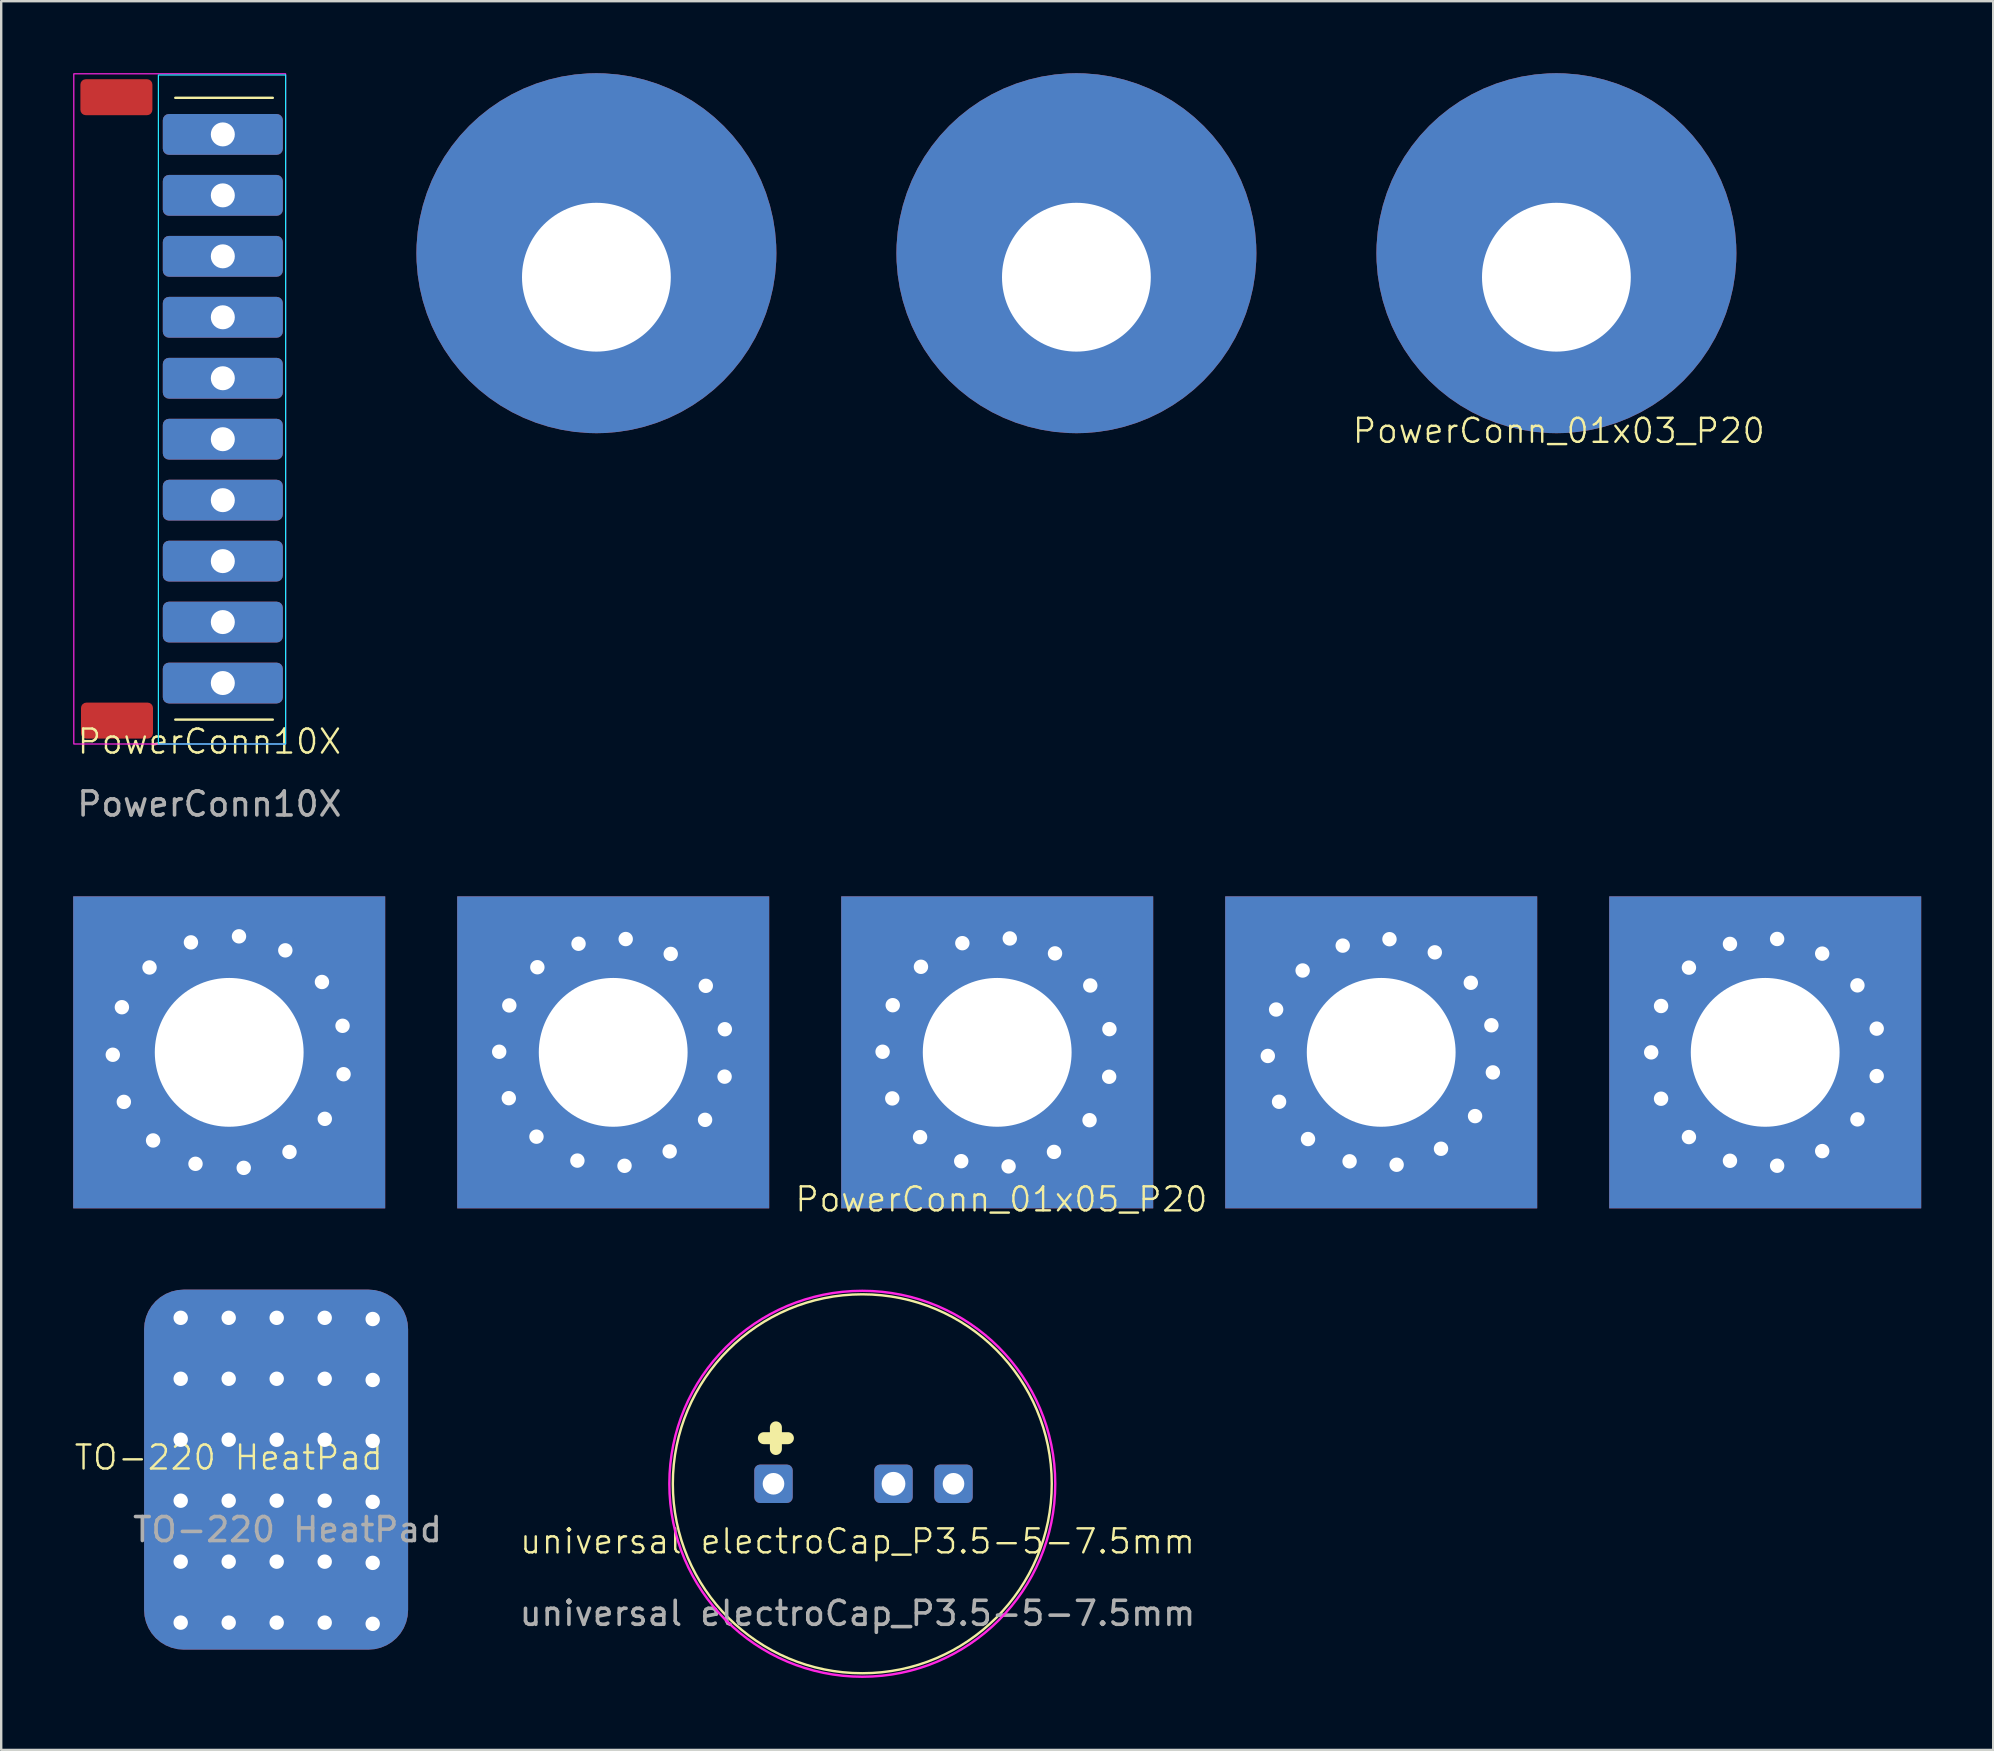
<source format=kicad_pcb>
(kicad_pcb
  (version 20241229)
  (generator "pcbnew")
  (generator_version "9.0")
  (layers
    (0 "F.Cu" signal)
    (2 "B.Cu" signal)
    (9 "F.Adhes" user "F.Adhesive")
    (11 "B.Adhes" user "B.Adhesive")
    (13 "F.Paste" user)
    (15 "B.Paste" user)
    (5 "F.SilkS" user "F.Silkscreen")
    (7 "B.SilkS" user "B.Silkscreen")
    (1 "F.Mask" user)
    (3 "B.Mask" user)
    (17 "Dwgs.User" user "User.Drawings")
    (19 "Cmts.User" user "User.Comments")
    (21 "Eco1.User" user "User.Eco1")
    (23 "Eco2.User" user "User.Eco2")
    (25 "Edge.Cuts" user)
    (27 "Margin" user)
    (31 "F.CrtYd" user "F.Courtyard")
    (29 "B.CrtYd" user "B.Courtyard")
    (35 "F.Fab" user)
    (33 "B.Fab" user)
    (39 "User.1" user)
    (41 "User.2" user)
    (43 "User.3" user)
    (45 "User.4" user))
  (footprint "TO-220 HeatPad"
    (layer "F.Cu")
    (at 8.454 58.184)
    (property "Reference" "TO-220 HeatPad" (at -1.975 -0.505 0) (unlocked yes) (layer "F.SilkS") (effects (font (size 1 1) (thickness 0.1))))
    (attr smd)
    (fp_text user "${REFERENCE}" (at 0.475 2.5 0) (unlocked yes) (layer "F.Fab") (effects (font (size 1 1) (thickness 0.15))))
    (pad "1" thru_hole circle (at -3.975 -6.325) (size 1.2 1.2) (drill 0.6) (layers "*.Cu" "*.Mask"))
    (pad "1" thru_hole circle (at -3.975 -3.785) (size 1.2 1.2) (drill 0.6) (layers "*.Cu" "*.Mask"))
    (pad "1" thru_hole circle (at -3.975 -1.245) (size 1.2 1.2) (drill 0.6) (layers "*.Cu" "*.Mask"))
    (pad "1" thru_hole circle (at -3.975 1.295) (size 1.2 1.2) (drill 0.6) (layers "*.Cu" "*.Mask"))
    (pad "1" thru_hole circle (at -3.975 3.835) (size 1.2 1.2) (drill 0.6) (layers "*.Cu" "*.Mask"))
    (pad "1" thru_hole circle (at -3.975 6.375) (size 1.2 1.2) (drill 0.6) (layers "*.Cu" "*.Mask"))
    (pad "1" thru_hole circle (at -1.975 -6.325) (size 1.2 1.2) (drill 0.6) (layers "*.Cu" "*.Mask"))
    (pad "1" thru_hole circle (at -1.975 -3.785) (size 1.2 1.2) (drill 0.6) (layers "*.Cu" "*.Mask"))
    (pad "1" thru_hole circle (at -1.975 -1.245) (size 1.2 1.2) (drill 0.6) (layers "*.Cu" "*.Mask"))
    (pad "1" thru_hole circle (at -1.975 1.295) (size 1.2 1.2) (drill 0.6) (layers "*.Cu" "*.Mask"))
    (pad "1" thru_hole circle (at -1.975 3.835) (size 1.2 1.2) (drill 0.6) (layers "*.Cu" "*.Mask"))
    (pad "1" thru_hole circle (at -1.975 6.375) (size 1.2 1.2) (drill 0.6) (layers "*.Cu" "*.Mask"))
    (pad "1" smd roundrect (at 0 0) (size 11 15) (layers "F.Cu" "F.Mask" "F.Paste") (roundrect_rratio 0.15))
    (pad "1" smd roundrect (at 0 0) (size 11 15) (layers "B.Cu" "B.Mask" "B.Paste") (roundrect_rratio 0.15))
    (pad "1" thru_hole circle (at 0.025 -6.325) (size 1.2 1.2) (drill 0.6) (layers "*.Cu" "*.Mask"))
    (pad "1" thru_hole circle (at 0.025 -3.785) (size 1.2 1.2) (drill 0.6) (layers "*.Cu" "*.Mask"))
    (pad "1" thru_hole circle (at 0.025 -1.245) (size 1.2 1.2) (drill 0.6) (layers "*.Cu" "*.Mask"))
    (pad "1" thru_hole circle (at 0.025 1.295) (size 1.2 1.2) (drill 0.6) (layers "*.Cu" "*.Mask"))
    (pad "1" thru_hole circle (at 0.025 3.835) (size 1.2 1.2) (drill 0.6) (layers "*.Cu" "*.Mask"))
    (pad "1" thru_hole circle (at 0.025 6.375) (size 1.2 1.2) (drill 0.6) (layers "*.Cu" "*.Mask"))
    (pad "1" thru_hole circle (at 2.025 -6.325) (size 1.2 1.2) (drill 0.6) (layers "*.Cu" "*.Mask"))
    (pad "1" thru_hole circle (at 2.025 -3.785) (size 1.2 1.2) (drill 0.6) (layers "*.Cu" "*.Mask"))
    (pad "1" thru_hole circle (at 2.025 -1.245) (size 1.2 1.2) (drill 0.6) (layers "*.Cu" "*.Mask"))
    (pad "1" thru_hole circle (at 2.025 1.295) (size 1.2 1.2) (drill 0.6) (layers "*.Cu" "*.Mask"))
    (pad "1" thru_hole circle (at 2.025 3.835) (size 1.2 1.2) (drill 0.6) (layers "*.Cu" "*.Mask"))
    (pad "1" thru_hole circle (at 2.025 6.375) (size 1.2 1.2) (drill 0.6) (layers "*.Cu" "*.Mask"))
    (pad "1" thru_hole circle (at 4.025 -6.275) (size 1.2 1.2) (drill 0.6) (layers "*.Cu" "*.Mask"))
    (pad "1" thru_hole circle (at 4.025 -3.735) (size 1.2 1.2) (drill 0.6) (layers "*.Cu" "*.Mask"))
    (pad "1" thru_hole circle (at 4.025 -1.195) (size 1.2 1.2) (drill 0.6) (layers "*.Cu" "*.Mask"))
    (pad "1" thru_hole circle (at 4.025 1.345) (size 1.2 1.2) (drill 0.6) (layers "*.Cu" "*.Mask"))
    (pad "1" thru_hole circle (at 4.025 3.885) (size 1.2 1.2) (drill 0.6) (layers "*.Cu" "*.Mask"))
    (pad "1" thru_hole circle (at 4.025 6.425) (size 1.2 1.2) (drill 0.6) (layers "*.Cu" "*.Mask")))
  (footprint "PowerConn10X"
    (layer "F.Cu")
    (at 5.675 27.95)
    (property "Reference" "PowerConn10X" (at 0 -0.102 0) (unlocked yes) (layer "F.SilkS") (effects (font (size 1 1) (thickness 0.1))))
    (attr smd)
    (fp_line (start -1.422 -26.924) (end 2.642 -26.924) (stroke (width 0.1) (type default)) (layer "F.SilkS"))
    (fp_line (start -1.422 -1.016) (end 2.642 -1.016) (stroke (width 0.1) (type default)) (layer "F.SilkS"))
    (fp_rect (start -2.125 -27.875) (end 3.175 0) (stroke (width 0.05) (type default)) (fill no) (layer "B.CrtYd"))
    (fp_rect (start -5.65 -27.925) (end 3.175 0) (stroke (width 0.05) (type default)) (fill no) (layer "F.CrtYd"))
    (fp_text user "${REFERENCE}" (at 0 2.5 0) (unlocked yes) (layer "F.Fab") (effects (font (size 1 1) (thickness 0.15))))
    (pad "" smd roundrect (at -3.875 -27.95) (size 3 1.5) (drill (offset 0 1)) (layers "F.Cu" "F.Mask" "F.Paste") (roundrect_rratio 0.15))
    (pad "" smd roundrect (at -3.85 -1.975) (size 3 1.5) (drill (offset 0 1)) (layers "F.Cu" "F.Mask" "F.Paste") (roundrect_rratio 0.15))
    (pad "1" thru_hole roundrect (at 0.559 -25.4) (size 5 1.7) (drill 1) (layers "*.Cu" "*.Mask") (roundrect_rratio 0.15))
    (pad "2" thru_hole roundrect (at 0.559 -22.86) (size 5 1.7) (drill 1) (layers "*.Cu" "*.Mask") (roundrect_rratio 0.15))
    (pad "3" thru_hole roundrect (at 0.559 -20.32) (size 5 1.7) (drill 1) (layers "*.Cu" "*.Mask") (roundrect_rratio 0.15))
    (pad "4" thru_hole roundrect (at 0.559 -17.78) (size 5 1.7) (drill 1) (layers "*.Cu" "*.Mask") (roundrect_rratio 0.15))
    (pad "5" thru_hole roundrect (at 0.559 -15.24) (size 5 1.7) (drill 1) (layers "*.Cu" "*.Mask") (roundrect_rratio 0.15))
    (pad "6" thru_hole roundrect (at 0.559 -12.7) (size 5 1.7) (drill 1) (layers "*.Cu" "*.Mask") (roundrect_rratio 0.15))
    (pad "7" thru_hole roundrect (at 0.559 -10.16) (size 5 1.7) (drill 1) (layers "*.Cu" "*.Mask") (roundrect_rratio 0.15))
    (pad "8" thru_hole roundrect (at 0.559 -7.62) (size 5 1.7) (drill 1) (layers "*.Cu" "*.Mask") (roundrect_rratio 0.15))
    (pad "9" thru_hole roundrect (at 0.559 -5.08) (size 5 1.7) (drill 1) (layers "*.Cu" "*.Mask") (roundrect_rratio 0.15))
    (pad "10" thru_hole roundrect (at 0.559 -2.54) (size 5 1.7) (drill 1) (layers "*.Cu" "*.Mask") (roundrect_rratio 0.15)))
  (footprint "PowerConn_01x03_P20"
    (layer "F.Cu")
    (at 41.85 15.05)
    (property "Reference" "PowerConn_01x03_P20" (at 20.05 -0.15 0) (unlocked yes) (layer "F.SilkS") (effects (font (size 1 1) (thickness 0.1))))
    (attr smd)
    (pad "1" thru_hole roundrect (at -20.05 -6.55) (size 15 15) (drill 6.2 (offset 0 -1)) (layers "*.Cu" "*.Mask") (roundrect_rratio 0.5))
    (pad "2" thru_hole roundrect (at -0.05 -6.55) (size 15 15) (drill 6.2 (offset 0 -1)) (layers "*.Cu" "*.Mask") (roundrect_rratio 0.5))
    (pad "3" thru_hole roundrect (at 19.95 -6.55) (size 15 15) (drill 6.2 (offset 0 -1)) (layers "*.Cu" "*.Mask") (roundrect_rratio 0.5)))
  (footprint "universal electroCap_P3.5-5-7.5mm"
    (layer "F.Cu")
    (at 32.679 61.674)
    (property "Reference" "universal electroCap_P3.5-5-7.5mm" (at 0 -0.5 0) (unlocked yes) (layer "F.SilkS") (effects (font (size 1 1) (thickness 0.1))))
    (attr smd)
    (fp_line (start -3.9 -4.8) (end -2.9 -4.8) (stroke (width 0.5) (type solid)) (layer "F.SilkS"))
    (fp_line (start -3.4 -5.25) (end -3.4 -4.35) (stroke (width 0.5) (type solid)) (layer "F.SilkS"))
    (fp_circle (center 0.2 -2.9) (end 6.226 2.2) (stroke (width 0.1) (type default)) (fill no) (layer "F.SilkS"))
    (fp_circle (center 0.2 -2.9) (end 8.2 -2.1) (stroke (width 0.1) (type solid)) (fill no) (layer "F.CrtYd"))
    (fp_text user "${REFERENCE}" (at 0 2.5 0) (unlocked yes) (layer "F.Fab") (effects (font (size 1 1) (thickness 0.15))))
    (pad "1" thru_hole roundrect (at -3.5 -2.9) (size 1.6 1.6) (drill 0.9) (layers "*.Cu" "*.Mask") (roundrect_rratio 0.15))
    (pad "2" thru_hole roundrect (at 1.5 -2.9) (size 1.6 1.6) (drill 0.99) (layers "*.Cu" "*.Mask") (roundrect_rratio 0.15))
    (pad "2" thru_hole roundrect (at 4 -2.9) (size 1.6 1.6) (drill 0.9) (layers "*.Cu" "*.Mask") (roundrect_rratio 0.15)))
  (footprint "PowerConn_01x05_P20"
    (layer "F.Cu")
    (at 38.675 47.423)
    (property "Reference" "PowerConn_01x05_P20" (at 0 -0.5 0) (unlocked yes) (layer "F.SilkS") (effects (font (size 1 1) (thickness 0.1))))
    (attr smd)
    (pad "1" thru_hole circle (at -37.025 -6.525) (size 1.2 1.2) (drill 0.6) (layers "*.Cu" "*.Mask"))
    (pad "1" thru_hole circle (at -36.646 -8.506) (size 1.2 1.2) (drill 0.6) (layers "*.Cu" "*.Mask"))
    (pad "1" thru_hole circle (at -36.565 -4.561) (size 1.2 1.2) (drill 0.6) (layers "*.Cu" "*.Mask"))
    (pad "1" thru_hole circle (at -35.495 -10.162) (size 1.2 1.2) (drill 0.6) (layers "*.Cu" "*.Mask"))
    (pad "1" thru_hole circle (at -35.346 -2.954) (size 1.2 1.2) (drill 0.6) (layers "*.Cu" "*.Mask"))
    (pad "1" thru_hole circle (at -33.769 -11.207) (size 1.2 1.2) (drill 0.6) (layers "*.Cu" "*.Mask"))
    (pad "1" thru_hole circle (at -33.579 -1.981) (size 1.2 1.2) (drill 0.6) (layers "*.Cu" "*.Mask"))
    (pad "1" thru_hole rect (at -32.175 -6.625) (size 13 13) (drill 6.2) (layers "*.Cu" "*.Mask"))
    (pad "1" thru_hole circle (at -31.767 -11.459) (size 1.2 1.2) (drill 0.6) (layers "*.Cu" "*.Mask"))
    (pad "1" thru_hole circle (at -31.569 -1.812) (size 1.2 1.2) (drill 0.6) (layers "*.Cu" "*.Mask"))
    (pad "1" thru_hole circle (at -29.837 -10.875) (size 1.2 1.2) (drill 0.6) (layers "*.Cu" "*.Mask"))
    (pad "1" thru_hole circle (at -29.663 -2.475) (size 1.2 1.2) (drill 0.6) (layers "*.Cu" "*.Mask"))
    (pad "1" thru_hole circle (at -28.31 -9.557) (size 1.2 1.2) (drill 0.6) (layers "*.Cu" "*.Mask"))
    (pad "1" thru_hole circle (at -28.192 -3.855) (size 1.2 1.2) (drill 0.6) (layers "*.Cu" "*.Mask"))
    (pad "1" thru_hole circle (at -27.452 -7.731) (size 1.2 1.2) (drill 0.6) (layers "*.Cu" "*.Mask"))
    (pad "1" thru_hole circle (at -27.41 -5.714) (size 1.2 1.2) (drill 0.6) (layers "*.Cu" "*.Mask"))
    (pad "2" thru_hole circle (at -20.925 -6.65) (size 1.2 1.2) (drill 0.6) (layers "*.Cu" "*.Mask"))
    (pad "2" thru_hole circle (at -20.525 -4.716) (size 1.2 1.2) (drill 0.6) (layers "*.Cu" "*.Mask"))
    (pad "2" thru_hole circle (at -20.504 -8.58) (size 1.2 1.2) (drill 0.6) (layers "*.Cu" "*.Mask"))
    (pad "2" thru_hole circle (at -19.372 -3.112) (size 1.2 1.2) (drill 0.6) (layers "*.Cu" "*.Mask"))
    (pad "2" thru_hole circle (at -19.335 -10.172) (size 1.2 1.2) (drill 0.6) (layers "*.Cu" "*.Mask"))
    (pad "2" thru_hole circle (at -17.667 -2.115) (size 1.2 1.2) (drill 0.6) (layers "*.Cu" "*.Mask"))
    (pad "2" thru_hole circle (at -17.619 -11.15) (size 1.2 1.2) (drill 0.6) (layers "*.Cu" "*.Mask"))
    (pad "2" thru_hole rect (at -16.175 -6.625) (size 13 13) (drill 6.2) (layers "*.Cu" "*.Mask"))
    (pad "2" thru_hole circle (at -15.703 -1.898) (size 1.2 1.2) (drill 0.6) (layers "*.Cu" "*.Mask"))
    (pad "2" thru_hole circle (at -15.654 -11.346) (size 1.2 1.2) (drill 0.6) (layers "*.Cu" "*.Mask"))
    (pad "2" thru_hole circle (at -13.822 -2.499) (size 1.2 1.2) (drill 0.6) (layers "*.Cu" "*.Mask"))
    (pad "2" thru_hole circle (at -13.778 -10.726) (size 1.2 1.2) (drill 0.6) (layers "*.Cu" "*.Mask"))
    (pad "2" thru_hole circle (at -12.347 -3.813) (size 1.2 1.2) (drill 0.6) (layers "*.Cu" "*.Mask"))
    (pad "2" thru_hole circle (at -12.317 -9.397) (size 1.2 1.2) (drill 0.6) (layers "*.Cu" "*.Mask"))
    (pad "2" thru_hole circle (at -11.534 -5.613) (size 1.2 1.2) (drill 0.6) (layers "*.Cu" "*.Mask"))
    (pad "2" thru_hole circle (at -11.524 -7.588) (size 1.2 1.2) (drill 0.6) (layers "*.Cu" "*.Mask"))
    (pad "3" thru_hole circle (at -4.95 -6.65) (size 1.2 1.2) (drill 0.6) (layers "*.Cu" "*.Mask"))
    (pad "3" thru_hole circle (at -4.547 -4.706) (size 1.2 1.2) (drill 0.6) (layers "*.Cu" "*.Mask"))
    (pad "3" thru_hole circle (at -4.527 -8.59) (size 1.2 1.2) (drill 0.6) (layers "*.Cu" "*.Mask"))
    (pad "3" thru_hole circle (at -3.389 -3.093) (size 1.2 1.2) (drill 0.6) (layers "*.Cu" "*.Mask"))
    (pad "3" thru_hole circle (at -3.352 -10.19) (size 1.2 1.2) (drill 0.6) (layers "*.Cu" "*.Mask"))
    (pad "3" thru_hole circle (at -1.674 -2.091) (size 1.2 1.2) (drill 0.6) (layers "*.Cu" "*.Mask"))
    (pad "3" thru_hole circle (at -1.627 -11.174) (size 1.2 1.2) (drill 0.6) (layers "*.Cu" "*.Mask"))
    (pad "3" thru_hole rect (at -0.175 -6.625) (size 13 13) (drill 6.2) (layers "*.Cu" "*.Mask"))
    (pad "3" thru_hole circle (at 0.299 -1.874) (size 1.2 1.2) (drill 0.6) (layers "*.Cu" "*.Mask"))
    (pad "3" thru_hole circle (at 0.349 -11.371) (size 1.2 1.2) (drill 0.6) (layers "*.Cu" "*.Mask"))
    (pad "3" thru_hole circle (at 2.191 -2.477) (size 1.2 1.2) (drill 0.6) (layers "*.Cu" "*.Mask"))
    (pad "3" thru_hole circle (at 2.234 -10.748) (size 1.2 1.2) (drill 0.6) (layers "*.Cu" "*.Mask"))
    (pad "3" thru_hole circle (at 3.673 -3.798) (size 1.2 1.2) (drill 0.6) (layers "*.Cu" "*.Mask"))
    (pad "3" thru_hole circle (at 3.703 -9.411) (size 1.2 1.2) (drill 0.6) (layers "*.Cu" "*.Mask"))
    (pad "3" thru_hole circle (at 4.49 -5.608) (size 1.2 1.2) (drill 0.6) (layers "*.Cu" "*.Mask"))
    (pad "3" thru_hole circle (at 4.501 -7.593) (size 1.2 1.2) (drill 0.6) (layers "*.Cu" "*.Mask"))
    (pad "4" thru_hole circle (at 11.1 -6.475) (size 1.2 1.2) (drill 0.6) (layers "*.Cu" "*.Mask"))
    (pad "4" thru_hole circle (at 11.447 -8.41) (size 1.2 1.2) (drill 0.6) (layers "*.Cu" "*.Mask"))
    (pad "4" thru_hole circle (at 11.57 -4.566) (size 1.2 1.2) (drill 0.6) (layers "*.Cu" "*.Mask"))
    (pad "4" thru_hole circle (at 12.552 -10.036) (size 1.2 1.2) (drill 0.6) (layers "*.Cu" "*.Mask"))
    (pad "4" thru_hole circle (at 12.775 -3.013) (size 1.2 1.2) (drill 0.6) (layers "*.Cu" "*.Mask"))
    (pad "4" thru_hole circle (at 14.222 -11.072) (size 1.2 1.2) (drill 0.6) (layers "*.Cu" "*.Mask"))
    (pad "4" thru_hole circle (at 14.508 -2.085) (size 1.2 1.2) (drill 0.6) (layers "*.Cu" "*.Mask"))
    (pad "4" thru_hole rect (at 15.825 -6.625) (size 13 13) (drill 6.2) (layers "*.Cu" "*.Mask"))
    (pad "4" thru_hole circle (at 16.17 -11.34) (size 1.2 1.2) (drill 0.6) (layers "*.Cu" "*.Mask"))
    (pad "4" thru_hole circle (at 16.468 -1.942) (size 1.2 1.2) (drill 0.6) (layers "*.Cu" "*.Mask"))
    (pad "4" thru_hole circle (at 18.058 -10.792) (size 1.2 1.2) (drill 0.6) (layers "*.Cu" "*.Mask"))
    (pad "4" thru_hole circle (at 18.317 -2.608) (size 1.2 1.2) (drill 0.6) (layers "*.Cu" "*.Mask"))
    (pad "4" thru_hole circle (at 19.559 -9.524) (size 1.2 1.2) (drill 0.6) (layers "*.Cu" "*.Mask"))
    (pad "4" thru_hole circle (at 19.736 -3.969) (size 1.2 1.2) (drill 0.6) (layers "*.Cu" "*.Mask"))
    (pad "4" thru_hole circle (at 20.416 -7.754) (size 1.2 1.2) (drill 0.6) (layers "*.Cu" "*.Mask"))
    (pad "4" thru_hole circle (at 20.478 -5.789) (size 1.2 1.2) (drill 0.6) (layers "*.Cu" "*.Mask"))
    (pad "5" thru_hole circle (at 27.075 -6.625) (size 1.2 1.2) (drill 0.6) (layers "*.Cu" "*.Mask"))
    (pad "5" thru_hole circle (at 27.486 -8.557) (size 1.2 1.2) (drill 0.6) (layers "*.Cu" "*.Mask"))
    (pad "5" thru_hole circle (at 27.486 -4.693) (size 1.2 1.2) (drill 0.6) (layers "*.Cu" "*.Mask"))
    (pad "5" thru_hole circle (at 28.647 -10.155) (size 1.2 1.2) (drill 0.6) (layers "*.Cu" "*.Mask"))
    (pad "5" thru_hole circle (at 28.647 -3.095) (size 1.2 1.2) (drill 0.6) (layers "*.Cu" "*.Mask"))
    (pad "5" thru_hole circle (at 30.357 -11.143) (size 1.2 1.2) (drill 0.6) (layers "*.Cu" "*.Mask"))
    (pad "5" thru_hole circle (at 30.357 -2.107) (size 1.2 1.2) (drill 0.6) (layers "*.Cu" "*.Mask"))
    (pad "5" thru_hole rect (at 31.825 -6.625) (size 13 13) (drill 6.2) (layers "*.Cu" "*.Mask"))
    (pad "5" thru_hole circle (at 32.322 -11.349) (size 1.2 1.2) (drill 0.6) (layers "*.Cu" "*.Mask"))
    (pad "5" thru_hole circle (at 32.322 -1.901) (size 1.2 1.2) (drill 0.6) (layers "*.Cu" "*.Mask"))
    (pad "5" thru_hole circle (at 34.2 -10.739) (size 1.2 1.2) (drill 0.6) (layers "*.Cu" "*.Mask"))
    (pad "5" thru_hole circle (at 34.2 -2.511) (size 1.2 1.2) (drill 0.6) (layers "*.Cu" "*.Mask"))
    (pad "5" thru_hole circle (at 35.668 -9.417) (size 1.2 1.2) (drill 0.6) (layers "*.Cu" "*.Mask"))
    (pad "5" thru_hole circle (at 35.668 -3.833) (size 1.2 1.2) (drill 0.6) (layers "*.Cu" "*.Mask"))
    (pad "5" thru_hole circle (at 36.471 -7.613) (size 1.2 1.2) (drill 0.6) (layers "*.Cu" "*.Mask"))
    (pad "5" thru_hole circle (at 36.471 -5.637) (size 1.2 1.2) (drill 0.6) (layers "*.Cu" "*.Mask")))
  (gr_rect
    (start -3 -3)
    (end 80 69.864)
    (stroke (width 0.1) (type default))
    (fill no)
    (layer "Edge.Cuts")))
</source>
